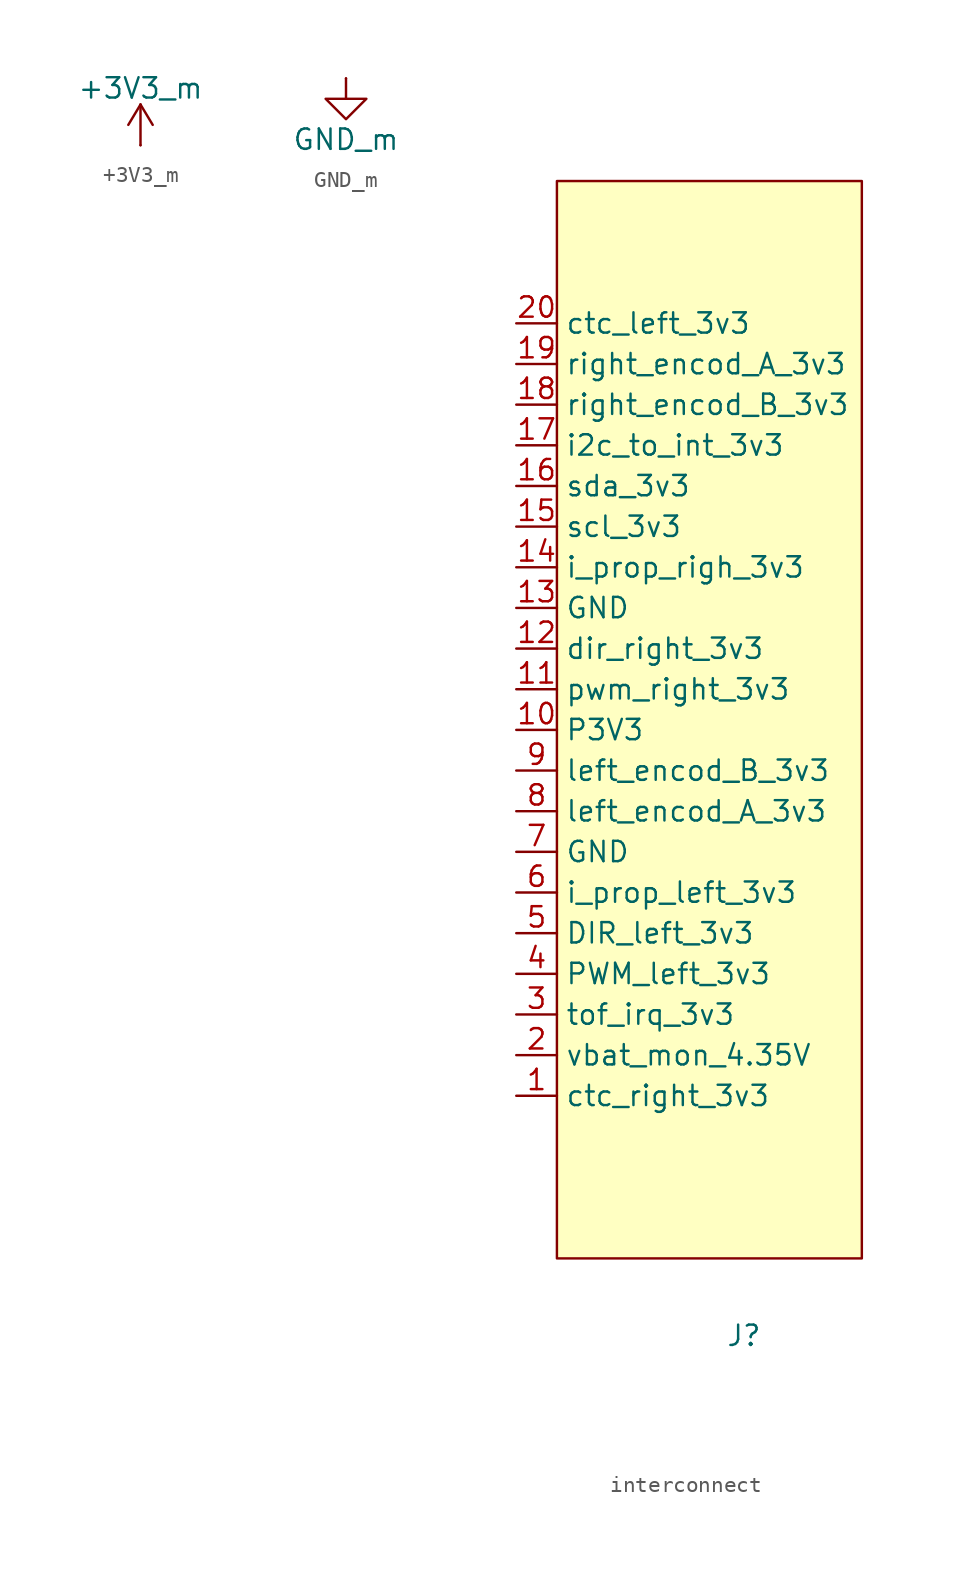
<source format=kicad_sym>
(kicad_symbol_lib
  (version 20231120)
  (generator "kicad_symbol_editor")
  (generator_version "8.0")
  (symbol "+3V3_m"
    (power)
    (pin_numbers hide)
    (pin_names
      (offset 0) hide)
    (property "Reference" "#PWR"
      (at 0 -3.81 0)
      (effects (font (size 1.27 1.27)) (hide yes)))
    (property "Value" "+3V3_m"
      (at 0 3.556 0)
      (effects (font (size 1.27 1.27))))
    (symbol "+3V3_m_0_1"
      (polyline (pts (xy -0.762 1.27) (xy 0 2.54)) (stroke (width 0) (type default)) (fill (type none)))
      (polyline (pts (xy 0 0) (xy 0 2.54)) (stroke (width 0) (type default)) (fill (type none)))
      (polyline (pts (xy 0 2.54) (xy 0.762 1.27)) (stroke (width 0) (type default)) (fill (type none))))
    (symbol "+3V3_m_1_1"
      (pin power_in line (at 0 0 90) (length 0) (name "~" (effects (font (size 1.27 1.27)))) (number "1" (effects (font (size 1.27 1.27)))))))
  (symbol "GND_m"
    (power)
    (pin_numbers hide)
    (pin_names
      (offset 0) hide)
    (property "Reference" "#PWR"
      (at 0 -6.35 0)
      (effects (font (size 1.27 1.27)) (hide yes)))
    (property "Value" "GND_m"
      (at 0 -3.81 0)
      (effects (font (size 1.27 1.27))))
    (symbol "GND_m_0_1"
      (polyline (pts (xy 0 0) (xy 0 -1.27) (xy 1.27 -1.27) (xy 0 -2.54) (xy -1.27 -1.27) (xy 0 -1.27)) (stroke (width 0) (type default)) (fill (type none))))
    (symbol "GND_m_1_1"
      (pin power_in line (at 0 0 270) (length 0) (name "~" (effects (font (size 1.27 1.27)))) (number "1" (effects (font (size 1.27 1.27)))))))
  (symbol "interconnect"
    (property "Reference" "J"
      (at 7.874 -40.386 0)
      (effects (font (size 1.27 1.27))))
    (property "Value" ""
      (at 0 -11.43 0)
      (effects (font (size 1.27 1.27))))
    (symbol "interconnect_1_1"
      (rectangle (start -3.81 31.75) (end 15.24 -35.56) (stroke (width 0) (type default)) (fill (type background)))
      (pin passive line (at -6.35 -25.4 0) (length 2.54) (name "ctc_right_3v3" (effects (font (size 1.27 1.27)))) (number "1" (effects (font (size 1.27 1.27)))))
      (pin passive line (at -6.35 -2.54 0) (length 2.54) (name "P3V3" (effects (font (size 1.27 1.27)))) (number "10" (effects (font (size 1.27 1.27)))))
      (pin passive line (at -6.35 0 0) (length 2.54) (name "pwm_right_3v3" (effects (font (size 1.27 1.27)))) (number "11" (effects (font (size 1.27 1.27)))))
      (pin passive line (at -6.35 2.54 0) (length 2.54) (name "dir_right_3v3" (effects (font (size 1.27 1.27)))) (number "12" (effects (font (size 1.27 1.27)))))
      (pin passive line (at -6.35 5.08 0) (length 2.54) (name "GND" (effects (font (size 1.27 1.27)))) (number "13" (effects (font (size 1.27 1.27)))))
      (pin passive line (at -6.35 7.62 0) (length 2.54) (name "i_prop_righ_3v3" (effects (font (size 1.27 1.27)))) (number "14" (effects (font (size 1.27 1.27)))))
      (pin passive line (at -6.35 10.16 0) (length 2.54) (name "scl_3v3" (effects (font (size 1.27 1.27)))) (number "15" (effects (font (size 1.27 1.27)))))
      (pin passive line (at -6.35 12.7 0) (length 2.54) (name "sda_3v3" (effects (font (size 1.27 1.27)))) (number "16" (effects (font (size 1.27 1.27)))))
      (pin passive line (at -6.35 15.24 0) (length 2.54) (name "i2c_to_int_3v3" (effects (font (size 1.27 1.27)))) (number "17" (effects (font (size 1.27 1.27)))))
      (pin passive line (at -6.35 17.78 0) (length 2.54) (name "right_encod_B_3v3" (effects (font (size 1.27 1.27)))) (number "18" (effects (font (size 1.27 1.27)))))
      (pin passive line (at -6.35 20.32 0) (length 2.54) (name "right_encod_A_3v3" (effects (font (size 1.27 1.27)))) (number "19" (effects (font (size 1.27 1.27)))))
      (pin passive line (at -6.35 -22.86 0) (length 2.54) (name "vbat_mon_4.35V" (effects (font (size 1.27 1.27)))) (number "2" (effects (font (size 1.27 1.27)))))
      (pin passive line (at -6.35 22.86 0) (length 2.54) (name "ctc_left_3v3" (effects (font (size 1.27 1.27)))) (number "20" (effects (font (size 1.27 1.27)))))
      (pin passive line (at -6.35 -20.32 0) (length 2.54) (name "tof_irq_3v3" (effects (font (size 1.27 1.27)))) (number "3" (effects (font (size 1.27 1.27)))))
      (pin passive line (at -6.35 -17.78 0) (length 2.54) (name "PWM_left_3v3" (effects (font (size 1.27 1.27)))) (number "4" (effects (font (size 1.27 1.27)))))
      (pin passive line (at -6.35 -15.24 0) (length 2.54) (name "DIR_left_3v3" (effects (font (size 1.27 1.27)))) (number "5" (effects (font (size 1.27 1.27)))))
      (pin passive line (at -6.35 -12.7 0) (length 2.54) (name "i_prop_left_3v3" (effects (font (size 1.27 1.27)))) (number "6" (effects (font (size 1.27 1.27)))))
      (pin passive line (at -6.35 -10.16 0) (length 2.54) (name "GND" (effects (font (size 1.27 1.27)))) (number "7" (effects (font (size 1.27 1.27)))))
      (pin passive line (at -6.35 -7.62 0) (length 2.54) (name "left_encod_A_3v3" (effects (font (size 1.27 1.27)))) (number "8" (effects (font (size 1.27 1.27)))))
      (pin passive line (at -6.35 -5.08 0) (length 2.54) (name "left_encod_B_3v3" (effects (font (size 1.27 1.27)))) (number "9" (effects (font (size 1.27 1.27))))))))
</source>
